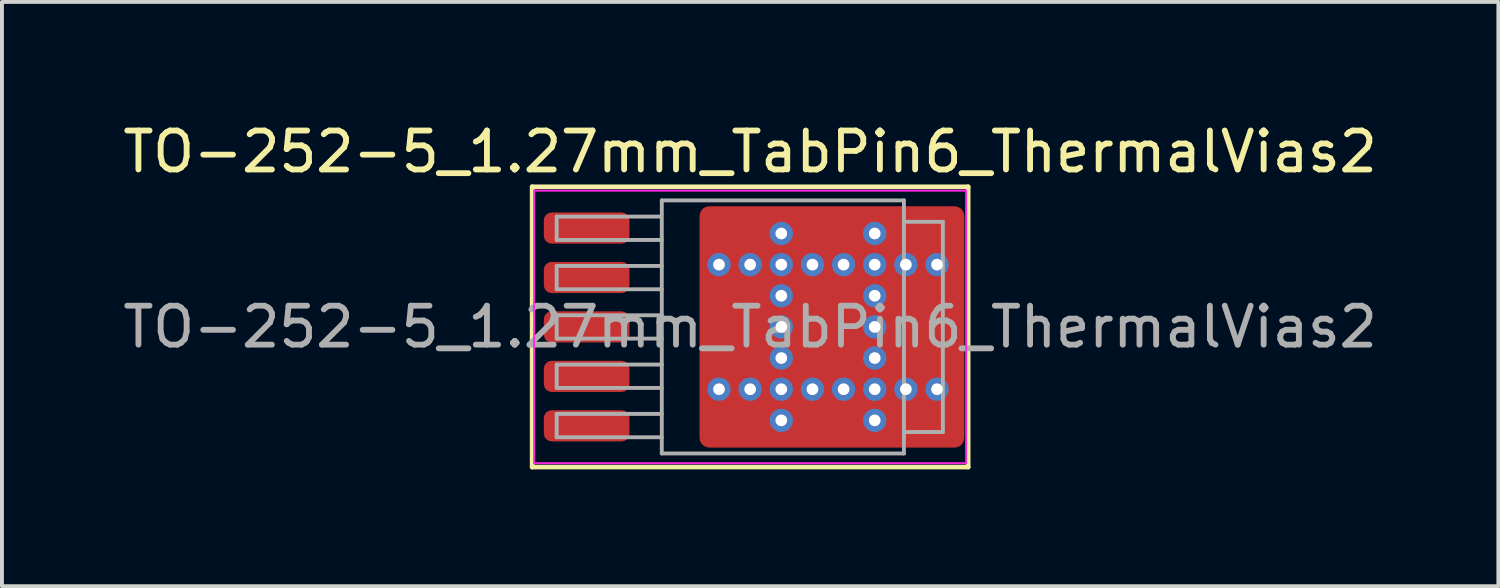
<source format=kicad_pcb>
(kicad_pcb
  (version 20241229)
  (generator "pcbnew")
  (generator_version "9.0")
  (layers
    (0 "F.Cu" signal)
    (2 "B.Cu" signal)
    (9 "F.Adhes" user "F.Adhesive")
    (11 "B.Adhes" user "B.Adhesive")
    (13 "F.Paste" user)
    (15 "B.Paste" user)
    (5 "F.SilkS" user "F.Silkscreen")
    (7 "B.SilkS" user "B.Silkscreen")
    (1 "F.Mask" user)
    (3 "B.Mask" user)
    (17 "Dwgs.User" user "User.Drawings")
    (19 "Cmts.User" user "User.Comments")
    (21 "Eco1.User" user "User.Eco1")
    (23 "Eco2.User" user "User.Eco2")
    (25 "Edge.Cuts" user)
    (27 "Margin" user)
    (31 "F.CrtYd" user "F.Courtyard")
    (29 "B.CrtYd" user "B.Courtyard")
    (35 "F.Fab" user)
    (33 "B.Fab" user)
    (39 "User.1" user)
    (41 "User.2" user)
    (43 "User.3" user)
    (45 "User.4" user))
  (footprint "TO-252-5_1.27mm_TabPin6_ThermalVias2"
    (layer "F.Cu")
    (at 16.22 5.348)
    (property "Reference" "TO-252-5_1.27mm_TabPin6_ThermalVias2" (at 0 -4.5 0) (layer "F.SilkS") (effects (font (size 1 1) (thickness 0.15))))
    (attr smd)
    (fp_line (start -5.6 -3.6) (end -5.6 3.6) (stroke (width 0.12) (type solid)) (layer "F.SilkS"))
    (fp_line (start -5.6 3.6) (end 5.6 3.6) (stroke (width 0.12) (type solid)) (layer "F.SilkS"))
    (fp_line (start 5.6 -3.6) (end -5.6 -3.6) (stroke (width 0.12) (type solid)) (layer "F.SilkS"))
    (fp_line (start 5.6 3.6) (end 5.6 -3.6) (stroke (width 0.12) (type solid)) (layer "F.SilkS"))
    (fp_line (start -5.55 -3.5) (end -5.55 3.5) (stroke (width 0.05) (type solid)) (layer "F.CrtYd"))
    (fp_line (start -5.55 3.5) (end 5.55 3.5) (stroke (width 0.05) (type solid)) (layer "F.CrtYd"))
    (fp_line (start 5.55 -3.5) (end -5.55 -3.5) (stroke (width 0.05) (type solid)) (layer "F.CrtYd"))
    (fp_line (start 5.55 3.5) (end 5.55 -3.5) (stroke (width 0.05) (type solid)) (layer "F.CrtYd"))
    (fp_line (start -4.97 -2.834) (end -4.97 -2.234) (stroke (width 0.1) (type solid)) (layer "F.Fab"))
    (fp_line (start -4.97 -2.234) (end -2.27 -2.234) (stroke (width 0.1) (type solid)) (layer "F.Fab"))
    (fp_line (start -4.97 -1.567) (end -4.97 -0.967) (stroke (width 0.1) (type solid)) (layer "F.Fab"))
    (fp_line (start -4.97 -0.967) (end -2.27 -0.967) (stroke (width 0.1) (type solid)) (layer "F.Fab"))
    (fp_line (start -4.97 -0.3) (end -4.97 0.3) (stroke (width 0.1) (type solid)) (layer "F.Fab"))
    (fp_line (start -4.97 0.3) (end -2.27 0.3) (stroke (width 0.1) (type solid)) (layer "F.Fab"))
    (fp_line (start -4.97 0.967) (end -4.97 1.567) (stroke (width 0.1) (type solid)) (layer "F.Fab"))
    (fp_line (start -4.97 1.567) (end -2.27 1.567) (stroke (width 0.1) (type solid)) (layer "F.Fab"))
    (fp_line (start -4.97 2.234) (end -4.97 2.834) (stroke (width 0.1) (type solid)) (layer "F.Fab"))
    (fp_line (start -4.97 2.834) (end -2.27 2.834) (stroke (width 0.1) (type solid)) (layer "F.Fab"))
    (fp_line (start -2.3 -2.834) (end -4.97 -2.834) (stroke (width 0.1) (type solid)) (layer "F.Fab"))
    (fp_line (start -2.27 -3.25) (end 3.95 -3.25) (stroke (width 0.1) (type solid)) (layer "F.Fab"))
    (fp_line (start -2.27 -1.567) (end -4.97 -1.567) (stroke (width 0.1) (type solid)) (layer "F.Fab"))
    (fp_line (start -2.27 -0.3) (end -4.97 -0.3) (stroke (width 0.1) (type solid)) (layer "F.Fab"))
    (fp_line (start -2.27 0.967) (end -4.97 0.967) (stroke (width 0.1) (type solid)) (layer "F.Fab"))
    (fp_line (start -2.27 2.234) (end -4.97 2.234) (stroke (width 0.1) (type solid)) (layer "F.Fab"))
    (fp_line (start -2.27 3.25) (end -2.27 -3.25) (stroke (width 0.1) (type solid)) (layer "F.Fab"))
    (fp_line (start 3.95 -3.25) (end 3.95 3.25) (stroke (width 0.1) (type solid)) (layer "F.Fab"))
    (fp_line (start 3.95 -2.7) (end 4.95 -2.7) (stroke (width 0.1) (type solid)) (layer "F.Fab"))
    (fp_line (start 3.95 3.25) (end -2.27 3.25) (stroke (width 0.1) (type solid)) (layer "F.Fab"))
    (fp_line (start 4.95 -2.7) (end 4.95 2.7) (stroke (width 0.1) (type solid)) (layer "F.Fab"))
    (fp_line (start 4.95 2.7) (end 3.95 2.7) (stroke (width 0.1) (type solid)) (layer "F.Fab"))
    (fp_text user "${REFERENCE}" (at 0 0 0) (layer "F.Fab") (effects (font (size 1 1) (thickness 0.15))))
    (pad "" smd roundrect (at -0.7 -2.4) (size 0.6 0.8) (layers "F.Paste") (roundrect_rratio 0.25))
    (pad "" smd roundrect (at -0.7 -0.875) (size 0.6 0.65) (layers "F.Paste") (roundrect_rratio 0.25))
    (pad "" smd roundrect (at -0.7 0) (size 0.6 0.7) (layers "F.Paste") (roundrect_rratio 0.25))
    (pad "" smd roundrect (at -0.7 0.875) (size 0.6 0.65) (layers "F.Paste") (roundrect_rratio 0.25))
    (pad "" smd roundrect (at -0.7 2.4) (size 0.6 0.8) (layers "F.Paste") (roundrect_rratio 0.25))
    (pad "" smd roundrect (at -0.3 -2.4 90) (size 1 1.6) (layers "F.Mask") (roundrect_rratio 0.25))
    (pad "" smd roundrect (at -0.3 0 90) (size 2.6 1.6) (layers "F.Mask") (roundrect_rratio 0.156))
    (pad "" smd roundrect (at -0.3 2.4 90) (size 1 1.6) (layers "F.Mask") (roundrect_rratio 0.25))
    (pad "" smd roundrect (at 0.1 -2.4) (size 0.6 0.8) (layers "F.Paste") (roundrect_rratio 0.25))
    (pad "" smd roundrect (at 0.1 -0.875) (size 0.6 0.65) (layers "F.Paste") (roundrect_rratio 0.25))
    (pad "" smd roundrect (at 0.1 0) (size 0.6 0.7) (layers "F.Paste") (roundrect_rratio 0.25))
    (pad "" smd roundrect (at 0.1 0.875) (size 0.6 0.65) (layers "F.Paste") (roundrect_rratio 0.25))
    (pad "" smd roundrect (at 0.1 2.4) (size 0.6 0.8) (layers "F.Paste") (roundrect_rratio 0.25))
    (pad "" smd roundrect (at 1.575 -2.4) (size 0.65 0.8) (layers "F.Paste") (roundrect_rratio 0.25))
    (pad "" smd roundrect (at 1.575 -0.875) (size 0.65 0.65) (layers "F.Paste") (roundrect_rratio 0.25))
    (pad "" smd roundrect (at 1.575 0) (size 0.65 0.7) (layers "F.Paste") (roundrect_rratio 0.25))
    (pad "" smd roundrect (at 1.575 0.875) (size 0.65 0.65) (layers "F.Paste") (roundrect_rratio 0.25))
    (pad "" smd roundrect (at 1.575 2.4) (size 0.65 0.8) (layers "F.Paste") (roundrect_rratio 0.25))
    (pad "" smd roundrect (at 2 -2.4 90) (size 1 1.8) (layers "F.Mask") (roundrect_rratio 0.25))
    (pad "" smd roundrect (at 2 0 90) (size 2.6 1.8) (layers "F.Mask") (roundrect_rratio 0.139))
    (pad "" smd roundrect (at 2 2.4 90) (size 1 1.8) (layers "F.Mask") (roundrect_rratio 0.25))
    (pad "" smd roundrect (at 2.425 -2.4) (size 0.65 0.8) (layers "F.Paste") (roundrect_rratio 0.25))
    (pad "" smd roundrect (at 2.425 -0.875) (size 0.65 0.65) (layers "F.Paste") (roundrect_rratio 0.25))
    (pad "" smd roundrect (at 2.425 0) (size 0.65 0.7) (layers "F.Paste") (roundrect_rratio 0.25))
    (pad "" smd roundrect (at 2.425 0.875) (size 0.65 0.65) (layers "F.Paste") (roundrect_rratio 0.25))
    (pad "" smd roundrect (at 2.425 2.4) (size 0.65 0.8) (layers "F.Paste") (roundrect_rratio 0.25))
    (pad "" smd roundrect (at 3.975 -2.4) (size 0.65 0.8) (layers "F.Paste") (roundrect_rratio 0.25))
    (pad "" smd roundrect (at 3.975 -0.875) (size 0.65 0.65) (layers "F.Paste") (roundrect_rratio 0.25))
    (pad "" smd roundrect (at 3.975 0) (size 0.65 0.7) (layers "F.Paste") (roundrect_rratio 0.25))
    (pad "" smd roundrect (at 3.975 0.875) (size 0.65 0.65) (layers "F.Paste") (roundrect_rratio 0.25))
    (pad "" smd roundrect (at 3.975 2.4) (size 0.65 0.8) (layers "F.Paste") (roundrect_rratio 0.25))
    (pad "" smd roundrect (at 4.4 -2.4 90) (size 1 1.8) (layers "F.Mask") (roundrect_rratio 0.25))
    (pad "" smd roundrect (at 4.4 0 90) (size 2.6 1.8) (layers "F.Mask") (roundrect_rratio 0.139))
    (pad "" smd roundrect (at 4.4 2.4 90) (size 1 1.8) (layers "F.Mask") (roundrect_rratio 0.25))
    (pad "" smd roundrect (at 4.825 -2.4) (size 0.65 0.8) (layers "F.Paste") (roundrect_rratio 0.25))
    (pad "" smd roundrect (at 4.825 -0.875) (size 0.65 0.65) (layers "F.Paste") (roundrect_rratio 0.25))
    (pad "" smd roundrect (at 4.825 0) (size 0.65 0.7) (layers "F.Paste") (roundrect_rratio 0.25))
    (pad "" smd roundrect (at 4.825 0.875) (size 0.65 0.65) (layers "F.Paste") (roundrect_rratio 0.25))
    (pad "" smd roundrect (at 4.825 2.4) (size 0.65 0.8) (layers "F.Paste") (roundrect_rratio 0.25))
    (pad "1" smd roundrect (at -4.2 -2.54) (size 2.2 0.8) (layers "F.Cu" "F.Mask" "F.Paste") (roundrect_rratio 0.25))
    (pad "2" smd roundrect (at -4.2 -1.27) (size 2.2 0.8) (layers "F.Cu" "F.Mask" "F.Paste") (roundrect_rratio 0.25))
    (pad "3" smd roundrect (at -4.2 0) (size 2.2 0.8) (layers "F.Cu" "F.Mask" "F.Paste") (roundrect_rratio 0.25))
    (pad "4" smd roundrect (at -4.2 1.27) (size 2.2 0.8) (layers "F.Cu" "F.Mask" "F.Paste") (roundrect_rratio 0.25))
    (pad "5" smd roundrect (at -4.2 2.54) (size 2.2 0.8) (layers "F.Cu" "F.Mask" "F.Paste") (roundrect_rratio 0.25))
    (pad "6" thru_hole circle (at -0.8 -1.6) (size 0.6 0.6) (drill 0.3) (property pad_prop_heatsink) (layers "*.Cu" "*.Mask"))
    (pad "6" thru_hole circle (at -0.8 1.6) (size 0.6 0.6) (drill 0.3) (property pad_prop_heatsink) (layers "*.Cu" "*.Mask"))
    (pad "6" thru_hole circle (at 0 -1.6) (size 0.6 0.6) (drill 0.3) (property pad_prop_heatsink) (layers "*.Cu" "*.Mask"))
    (pad "6" thru_hole circle (at 0 1.6) (size 0.6 0.6) (drill 0.3) (property pad_prop_heatsink) (layers "*.Cu" "*.Mask"))
    (pad "6" thru_hole circle (at 0.8 -2.4) (size 0.6 0.6) (drill 0.3) (property pad_prop_heatsink) (layers "*.Cu" "*.Mask"))
    (pad "6" thru_hole circle (at 0.8 -1.6) (size 0.6 0.6) (drill 0.3) (property pad_prop_heatsink) (layers "*.Cu" "*.Mask"))
    (pad "6" thru_hole circle (at 0.8 -0.8) (size 0.6 0.6) (drill 0.3) (property pad_prop_heatsink) (layers "*.Cu" "*.Mask"))
    (pad "6" thru_hole circle (at 0.8 0) (size 0.6 0.6) (drill 0.3) (property pad_prop_heatsink) (layers "*.Cu" "*.Mask"))
    (pad "6" thru_hole circle (at 0.8 0.8) (size 0.6 0.6) (drill 0.3) (property pad_prop_heatsink) (layers "*.Cu" "*.Mask"))
    (pad "6" thru_hole circle (at 0.8 1.6) (size 0.6 0.6) (drill 0.3) (property pad_prop_heatsink) (layers "*.Cu" "*.Mask"))
    (pad "6" thru_hole circle (at 0.8 2.4) (size 0.6 0.6) (drill 0.3) (property pad_prop_heatsink) (layers "*.Cu" "*.Mask"))
    (pad "6" thru_hole circle (at 1.6 -1.6) (size 0.6 0.6) (drill 0.3) (property pad_prop_heatsink) (layers "*.Cu" "*.Mask"))
    (pad "6" thru_hole circle (at 1.6 1.6) (size 0.6 0.6) (drill 0.3) (property pad_prop_heatsink) (layers "*.Cu" "*.Mask"))
    (pad "6" smd roundrect (at 2.1 0) (size 6.8 6.2) (layers "F.Cu") (roundrect_rratio 0.04))
    (pad "6" thru_hole circle (at 2.4 -1.6) (size 0.6 0.6) (drill 0.3) (property pad_prop_heatsink) (layers "*.Cu" "*.Mask"))
    (pad "6" thru_hole circle (at 2.4 1.6) (size 0.6 0.6) (drill 0.3) (property pad_prop_heatsink) (layers "*.Cu" "*.Mask"))
    (pad "6" thru_hole circle (at 3.2 -2.4) (size 0.6 0.6) (drill 0.3) (property pad_prop_heatsink) (layers "*.Cu" "*.Mask"))
    (pad "6" thru_hole circle (at 3.2 -1.6) (size 0.6 0.6) (drill 0.3) (property pad_prop_heatsink) (layers "*.Cu" "*.Mask"))
    (pad "6" thru_hole circle (at 3.2 -0.8) (size 0.6 0.6) (drill 0.3) (property pad_prop_heatsink) (layers "*.Cu" "*.Mask"))
    (pad "6" thru_hole circle (at 3.2 0) (size 0.6 0.6) (drill 0.3) (property pad_prop_heatsink) (layers "*.Cu" "*.Mask"))
    (pad "6" thru_hole circle (at 3.2 0.8) (size 0.6 0.6) (drill 0.3) (property pad_prop_heatsink) (layers "*.Cu" "*.Mask"))
    (pad "6" thru_hole circle (at 3.2 1.6) (size 0.6 0.6) (drill 0.3) (property pad_prop_heatsink) (layers "*.Cu" "*.Mask"))
    (pad "6" thru_hole circle (at 3.2 2.4) (size 0.6 0.6) (drill 0.3) (property pad_prop_heatsink) (layers "*.Cu" "*.Mask"))
    (pad "6" thru_hole circle (at 4 -1.6) (size 0.6 0.6) (drill 0.3) (property pad_prop_heatsink) (layers "*.Cu" "*.Mask"))
    (pad "6" thru_hole circle (at 4 1.6) (size 0.6 0.6) (drill 0.3) (property pad_prop_heatsink) (layers "*.Cu" "*.Mask"))
    (pad "6" thru_hole circle (at 4.8 -1.6) (size 0.6 0.6) (drill 0.3) (property pad_prop_heatsink) (layers "*.Cu" "*.Mask"))
    (pad "6" thru_hole circle (at 4.8 1.6) (size 0.6 0.6) (drill 0.3) (property pad_prop_heatsink) (layers "*.Cu" "*.Mask")))
  (gr_rect
    (start -3 -3)
    (end 35.44 12.008)
    (stroke (width 0.1) (type default))
    (fill no)
    (layer "Edge.Cuts")))
</source>
